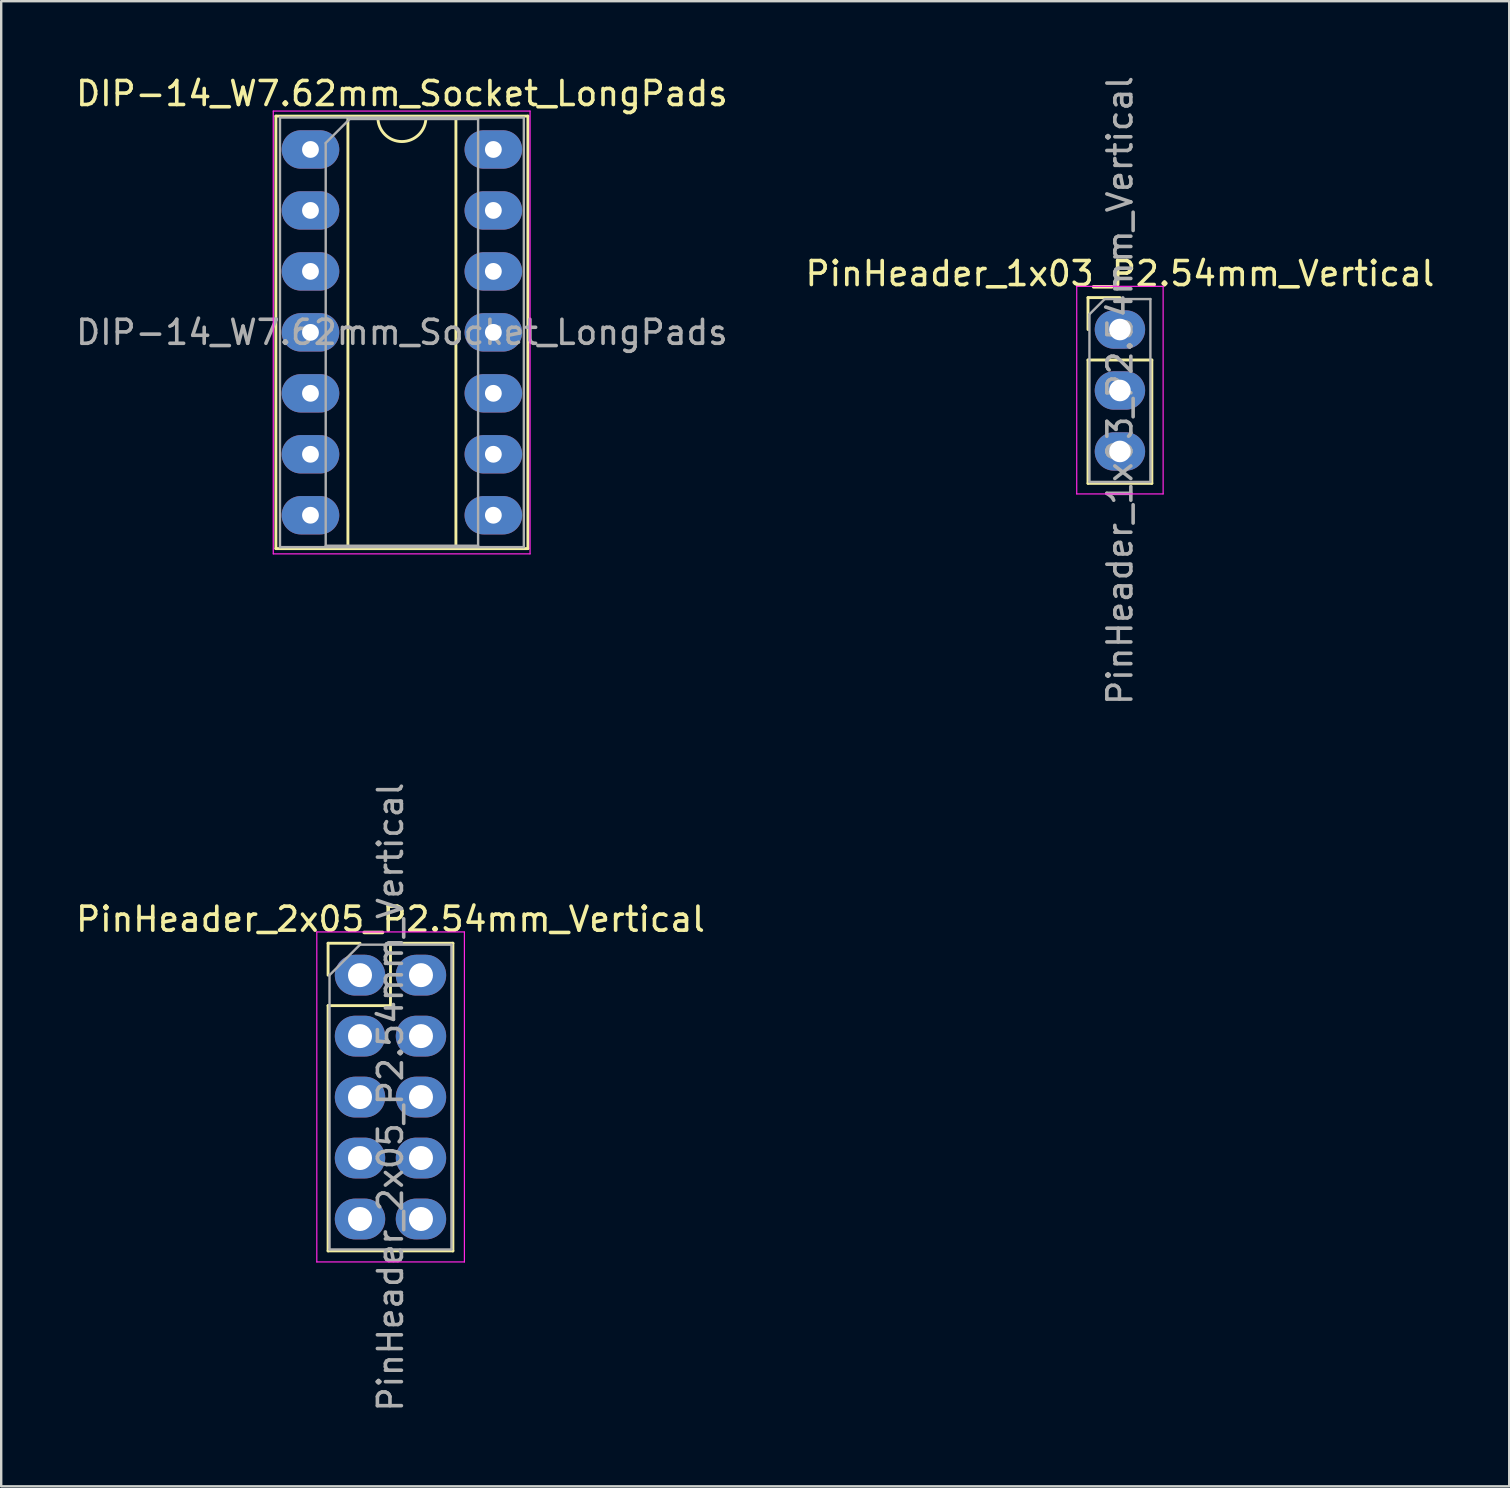
<source format=kicad_pcb>
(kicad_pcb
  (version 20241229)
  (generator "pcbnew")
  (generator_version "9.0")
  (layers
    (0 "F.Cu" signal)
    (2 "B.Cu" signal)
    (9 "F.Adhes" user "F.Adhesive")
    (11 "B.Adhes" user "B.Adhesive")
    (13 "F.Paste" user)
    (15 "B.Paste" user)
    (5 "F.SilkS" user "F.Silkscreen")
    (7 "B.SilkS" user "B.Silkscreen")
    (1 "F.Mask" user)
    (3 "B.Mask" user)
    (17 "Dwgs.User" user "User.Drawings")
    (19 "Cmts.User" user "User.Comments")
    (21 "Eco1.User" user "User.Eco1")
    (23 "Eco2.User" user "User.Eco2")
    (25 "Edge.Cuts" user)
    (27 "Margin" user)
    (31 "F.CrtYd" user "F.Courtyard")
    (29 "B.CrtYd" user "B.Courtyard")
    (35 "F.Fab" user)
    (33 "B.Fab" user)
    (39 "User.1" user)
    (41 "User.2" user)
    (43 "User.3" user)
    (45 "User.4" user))
  (footprint "PinHeader_2x05_P2.54mm_Vertical"
    (layer "F.Cu")
    (at 11.95 37.581)
    (property "Reference" "PinHeader_2x05_P2.54mm_Vertical" (at 1.27 -2.33 0) (layer "F.SilkS") (effects (font (size 1 1) (thickness 0.15))))
    (attr through_hole)
    (fp_line (start -1.33 -1.33) (end 0 -1.33) (stroke (width 0.12) (type solid)) (layer "F.SilkS"))
    (fp_line (start -1.33 0) (end -1.33 -1.33) (stroke (width 0.12) (type solid)) (layer "F.SilkS"))
    (fp_line (start -1.33 1.27) (end -1.33 11.49) (stroke (width 0.12) (type solid)) (layer "F.SilkS"))
    (fp_line (start -1.33 1.27) (end 1.27 1.27) (stroke (width 0.12) (type solid)) (layer "F.SilkS"))
    (fp_line (start -1.33 11.49) (end 3.87 11.49) (stroke (width 0.12) (type solid)) (layer "F.SilkS"))
    (fp_line (start 1.27 -1.33) (end 3.87 -1.33) (stroke (width 0.12) (type solid)) (layer "F.SilkS"))
    (fp_line (start 1.27 1.27) (end 1.27 -1.33) (stroke (width 0.12) (type solid)) (layer "F.SilkS"))
    (fp_line (start 3.87 -1.33) (end 3.87 11.49) (stroke (width 0.12) (type solid)) (layer "F.SilkS"))
    (fp_line (start -1.8 -1.8) (end -1.8 11.95) (stroke (width 0.05) (type solid)) (layer "F.CrtYd"))
    (fp_line (start -1.8 11.95) (end 4.35 11.95) (stroke (width 0.05) (type solid)) (layer "F.CrtYd"))
    (fp_line (start 4.35 -1.8) (end -1.8 -1.8) (stroke (width 0.05) (type solid)) (layer "F.CrtYd"))
    (fp_line (start 4.35 11.95) (end 4.35 -1.8) (stroke (width 0.05) (type solid)) (layer "F.CrtYd"))
    (fp_line (start -1.27 0) (end 0 -1.27) (stroke (width 0.1) (type solid)) (layer "F.Fab"))
    (fp_line (start -1.27 11.43) (end -1.27 0) (stroke (width 0.1) (type solid)) (layer "F.Fab"))
    (fp_line (start 0 -1.27) (end 3.81 -1.27) (stroke (width 0.1) (type solid)) (layer "F.Fab"))
    (fp_line (start 3.81 -1.27) (end 3.81 11.43) (stroke (width 0.1) (type solid)) (layer "F.Fab"))
    (fp_line (start 3.81 11.43) (end -1.27 11.43) (stroke (width 0.1) (type solid)) (layer "F.Fab"))
    (fp_text user "${REFERENCE}" (at 1.27 5.08 90) (layer "F.Fab") (effects (font (size 1 1) (thickness 0.15))))
    (pad "1" thru_hole oval (at 0 0) (size 2.1 1.7) (drill 1) (layers "*.Cu" "*.Mask"))
    (pad "2" thru_hole oval (at 2.54 0) (size 2.1 1.7) (drill 1) (layers "*.Cu" "*.Mask"))
    (pad "3" thru_hole oval (at 0 2.54) (size 2.1 1.7) (drill 1) (layers "*.Cu" "*.Mask"))
    (pad "4" thru_hole oval (at 2.54 2.54) (size 2.1 1.7) (drill 1) (layers "*.Cu" "*.Mask"))
    (pad "5" thru_hole oval (at 0 5.08) (size 2.1 1.7) (drill 1) (layers "*.Cu" "*.Mask"))
    (pad "6" thru_hole oval (at 2.54 5.08) (size 2.1 1.7) (drill 1) (layers "*.Cu" "*.Mask"))
    (pad "7" thru_hole oval (at 0 7.62) (size 2.1 1.7) (drill 1) (layers "*.Cu" "*.Mask"))
    (pad "8" thru_hole oval (at 2.54 7.62) (size 2.1 1.7) (drill 1) (layers "*.Cu" "*.Mask"))
    (pad "9" thru_hole oval (at 0 10.16) (size 2.1 1.7) (drill 1) (layers "*.Cu" "*.Mask"))
    (pad "10" thru_hole oval (at 2.54 10.16) (size 2.1 1.7) (drill 1) (layers "*.Cu" "*.Mask")))
  (footprint "DIP-14_W7.62mm_Socket_LongPads"
    (layer "F.Cu")
    (at 9.886 3.178)
    (property "Reference" "DIP-14_W7.62mm_Socket_LongPads" (at 3.81 -2.33 0) (layer "F.SilkS") (effects (font (size 1 1) (thickness 0.15))))
    (attr through_hole)
    (fp_line (start -1.44 -1.39) (end -1.44 16.63) (stroke (width 0.12) (type solid)) (layer "F.SilkS"))
    (fp_line (start -1.44 16.63) (end 9.06 16.63) (stroke (width 0.12) (type solid)) (layer "F.SilkS"))
    (fp_line (start 1.56 -1.33) (end 1.56 16.57) (stroke (width 0.12) (type solid)) (layer "F.SilkS"))
    (fp_line (start 1.56 16.57) (end 6.06 16.57) (stroke (width 0.12) (type solid)) (layer "F.SilkS"))
    (fp_line (start 2.81 -1.33) (end 1.56 -1.33) (stroke (width 0.12) (type solid)) (layer "F.SilkS"))
    (fp_line (start 6.06 -1.33) (end 4.81 -1.33) (stroke (width 0.12) (type solid)) (layer "F.SilkS"))
    (fp_line (start 6.06 16.57) (end 6.06 -1.33) (stroke (width 0.12) (type solid)) (layer "F.SilkS"))
    (fp_line (start 9.06 -1.39) (end -1.44 -1.39) (stroke (width 0.12) (type solid)) (layer "F.SilkS"))
    (fp_line (start 9.06 16.63) (end 9.06 -1.39) (stroke (width 0.12) (type solid)) (layer "F.SilkS"))
    (fp_arc (start 4.81 -1.33) (mid 3.81 -0.33) (end 2.81 -1.33) (stroke (width 0.12) (type solid)) (layer "F.SilkS"))
    (fp_line (start -1.55 -1.6) (end -1.55 16.85) (stroke (width 0.05) (type solid)) (layer "F.CrtYd"))
    (fp_line (start -1.55 16.85) (end 9.15 16.85) (stroke (width 0.05) (type solid)) (layer "F.CrtYd"))
    (fp_line (start 9.15 -1.6) (end -1.55 -1.6) (stroke (width 0.05) (type solid)) (layer "F.CrtYd"))
    (fp_line (start 9.15 16.85) (end 9.15 -1.6) (stroke (width 0.05) (type solid)) (layer "F.CrtYd"))
    (fp_line (start -1.27 -1.33) (end -1.27 16.57) (stroke (width 0.1) (type solid)) (layer "F.Fab"))
    (fp_line (start -1.27 16.57) (end 8.89 16.57) (stroke (width 0.1) (type solid)) (layer "F.Fab"))
    (fp_line (start 0.635 -0.27) (end 1.635 -1.27) (stroke (width 0.1) (type solid)) (layer "F.Fab"))
    (fp_line (start 0.635 16.51) (end 0.635 -0.27) (stroke (width 0.1) (type solid)) (layer "F.Fab"))
    (fp_line (start 1.635 -1.27) (end 6.985 -1.27) (stroke (width 0.1) (type solid)) (layer "F.Fab"))
    (fp_line (start 6.985 -1.27) (end 6.985 16.51) (stroke (width 0.1) (type solid)) (layer "F.Fab"))
    (fp_line (start 6.985 16.51) (end 0.635 16.51) (stroke (width 0.1) (type solid)) (layer "F.Fab"))
    (fp_line (start 8.89 -1.33) (end -1.27 -1.33) (stroke (width 0.1) (type solid)) (layer "F.Fab"))
    (fp_line (start 8.89 16.57) (end 8.89 -1.33) (stroke (width 0.1) (type solid)) (layer "F.Fab"))
    (fp_text user "${REFERENCE}" (at 3.81 7.62 0) (layer "F.Fab") (effects (font (size 1 1) (thickness 0.15))))
    (pad "1" thru_hole oval (at 0 0) (size 2.4 1.6) (drill 0.7) (layers "*.Cu" "*.Mask"))
    (pad "2" thru_hole oval (at 0 2.54) (size 2.4 1.6) (drill 0.7) (layers "*.Cu" "*.Mask"))
    (pad "3" thru_hole oval (at 0 5.08) (size 2.4 1.6) (drill 0.7) (layers "*.Cu" "*.Mask"))
    (pad "4" thru_hole oval (at 0 7.62) (size 2.4 1.6) (drill 0.7) (layers "*.Cu" "*.Mask"))
    (pad "5" thru_hole oval (at 0 10.16) (size 2.4 1.6) (drill 0.7) (layers "*.Cu" "*.Mask"))
    (pad "6" thru_hole oval (at 0 12.7) (size 2.4 1.6) (drill 0.7) (layers "*.Cu" "*.Mask"))
    (pad "7" thru_hole oval (at 0 15.24) (size 2.4 1.6) (drill 0.7) (layers "*.Cu" "*.Mask"))
    (pad "8" thru_hole oval (at 7.62 15.24) (size 2.4 1.6) (drill 0.7) (layers "*.Cu" "*.Mask"))
    (pad "9" thru_hole oval (at 7.62 12.7) (size 2.4 1.6) (drill 0.7) (layers "*.Cu" "*.Mask"))
    (pad "10" thru_hole oval (at 7.62 10.16) (size 2.4 1.6) (drill 0.7) (layers "*.Cu" "*.Mask"))
    (pad "11" thru_hole oval (at 7.62 7.62) (size 2.4 1.6) (drill 0.7) (layers "*.Cu" "*.Mask"))
    (pad "12" thru_hole oval (at 7.62 5.08) (size 2.4 1.6) (drill 0.7) (layers "*.Cu" "*.Mask"))
    (pad "13" thru_hole oval (at 7.62 2.54) (size 2.4 1.6) (drill 0.7) (layers "*.Cu" "*.Mask"))
    (pad "14" thru_hole oval (at 7.62 0) (size 2.4 1.6) (drill 0.7) (layers "*.Cu" "*.Mask")))
  (footprint "PinHeader_1x03_P2.54mm_Vertical"
    (layer "F.Cu")
    (at 43.613 10.68)
    (property "Reference" "PinHeader_1x03_P2.54mm_Vertical" (at 0 -2.33 0) (layer "F.SilkS") (effects (font (size 1 1) (thickness 0.15))))
    (attr through_hole)
    (fp_line (start -1.33 -1.33) (end 0 -1.33) (stroke (width 0.12) (type solid)) (layer "F.SilkS"))
    (fp_line (start -1.33 0) (end -1.33 -1.33) (stroke (width 0.12) (type solid)) (layer "F.SilkS"))
    (fp_line (start -1.33 1.27) (end -1.33 6.41) (stroke (width 0.12) (type solid)) (layer "F.SilkS"))
    (fp_line (start -1.33 1.27) (end 1.33 1.27) (stroke (width 0.12) (type solid)) (layer "F.SilkS"))
    (fp_line (start -1.33 6.41) (end 1.33 6.41) (stroke (width 0.12) (type solid)) (layer "F.SilkS"))
    (fp_line (start 1.33 1.27) (end 1.33 6.41) (stroke (width 0.12) (type solid)) (layer "F.SilkS"))
    (fp_line (start -1.8 -1.8) (end -1.8 6.85) (stroke (width 0.05) (type solid)) (layer "F.CrtYd"))
    (fp_line (start -1.8 6.85) (end 1.8 6.85) (stroke (width 0.05) (type solid)) (layer "F.CrtYd"))
    (fp_line (start 1.8 -1.8) (end -1.8 -1.8) (stroke (width 0.05) (type solid)) (layer "F.CrtYd"))
    (fp_line (start 1.8 6.85) (end 1.8 -1.8) (stroke (width 0.05) (type solid)) (layer "F.CrtYd"))
    (fp_line (start -1.27 -0.635) (end -0.635 -1.27) (stroke (width 0.1) (type solid)) (layer "F.Fab"))
    (fp_line (start -1.27 6.35) (end -1.27 -0.635) (stroke (width 0.1) (type solid)) (layer "F.Fab"))
    (fp_line (start -0.635 -1.27) (end 1.27 -1.27) (stroke (width 0.1) (type solid)) (layer "F.Fab"))
    (fp_line (start 1.27 -1.27) (end 1.27 6.35) (stroke (width 0.1) (type solid)) (layer "F.Fab"))
    (fp_line (start 1.27 6.35) (end -1.27 6.35) (stroke (width 0.1) (type solid)) (layer "F.Fab"))
    (fp_text user "${REFERENCE}" (at 0 2.54 90) (layer "F.Fab") (effects (font (size 1 1) (thickness 0.15))))
    (pad "1" thru_hole oval (at 0 0) (size 2.1 1.6) (drill 0.9) (layers "*.Cu" "*.Mask"))
    (pad "2" thru_hole oval (at 0 2.54) (size 2.1 1.6) (drill 0.9) (layers "*.Cu" "*.Mask"))
    (pad "3" thru_hole oval (at 0 5.08) (size 2.1 1.6) (drill 0.9) (layers "*.Cu" "*.Mask")))
  (gr_rect
    (start -3 -3)
    (end 59.833 58.881)
    (stroke (width 0.1) (type default))
    (fill no)
    (layer "Edge.Cuts")))
</source>
